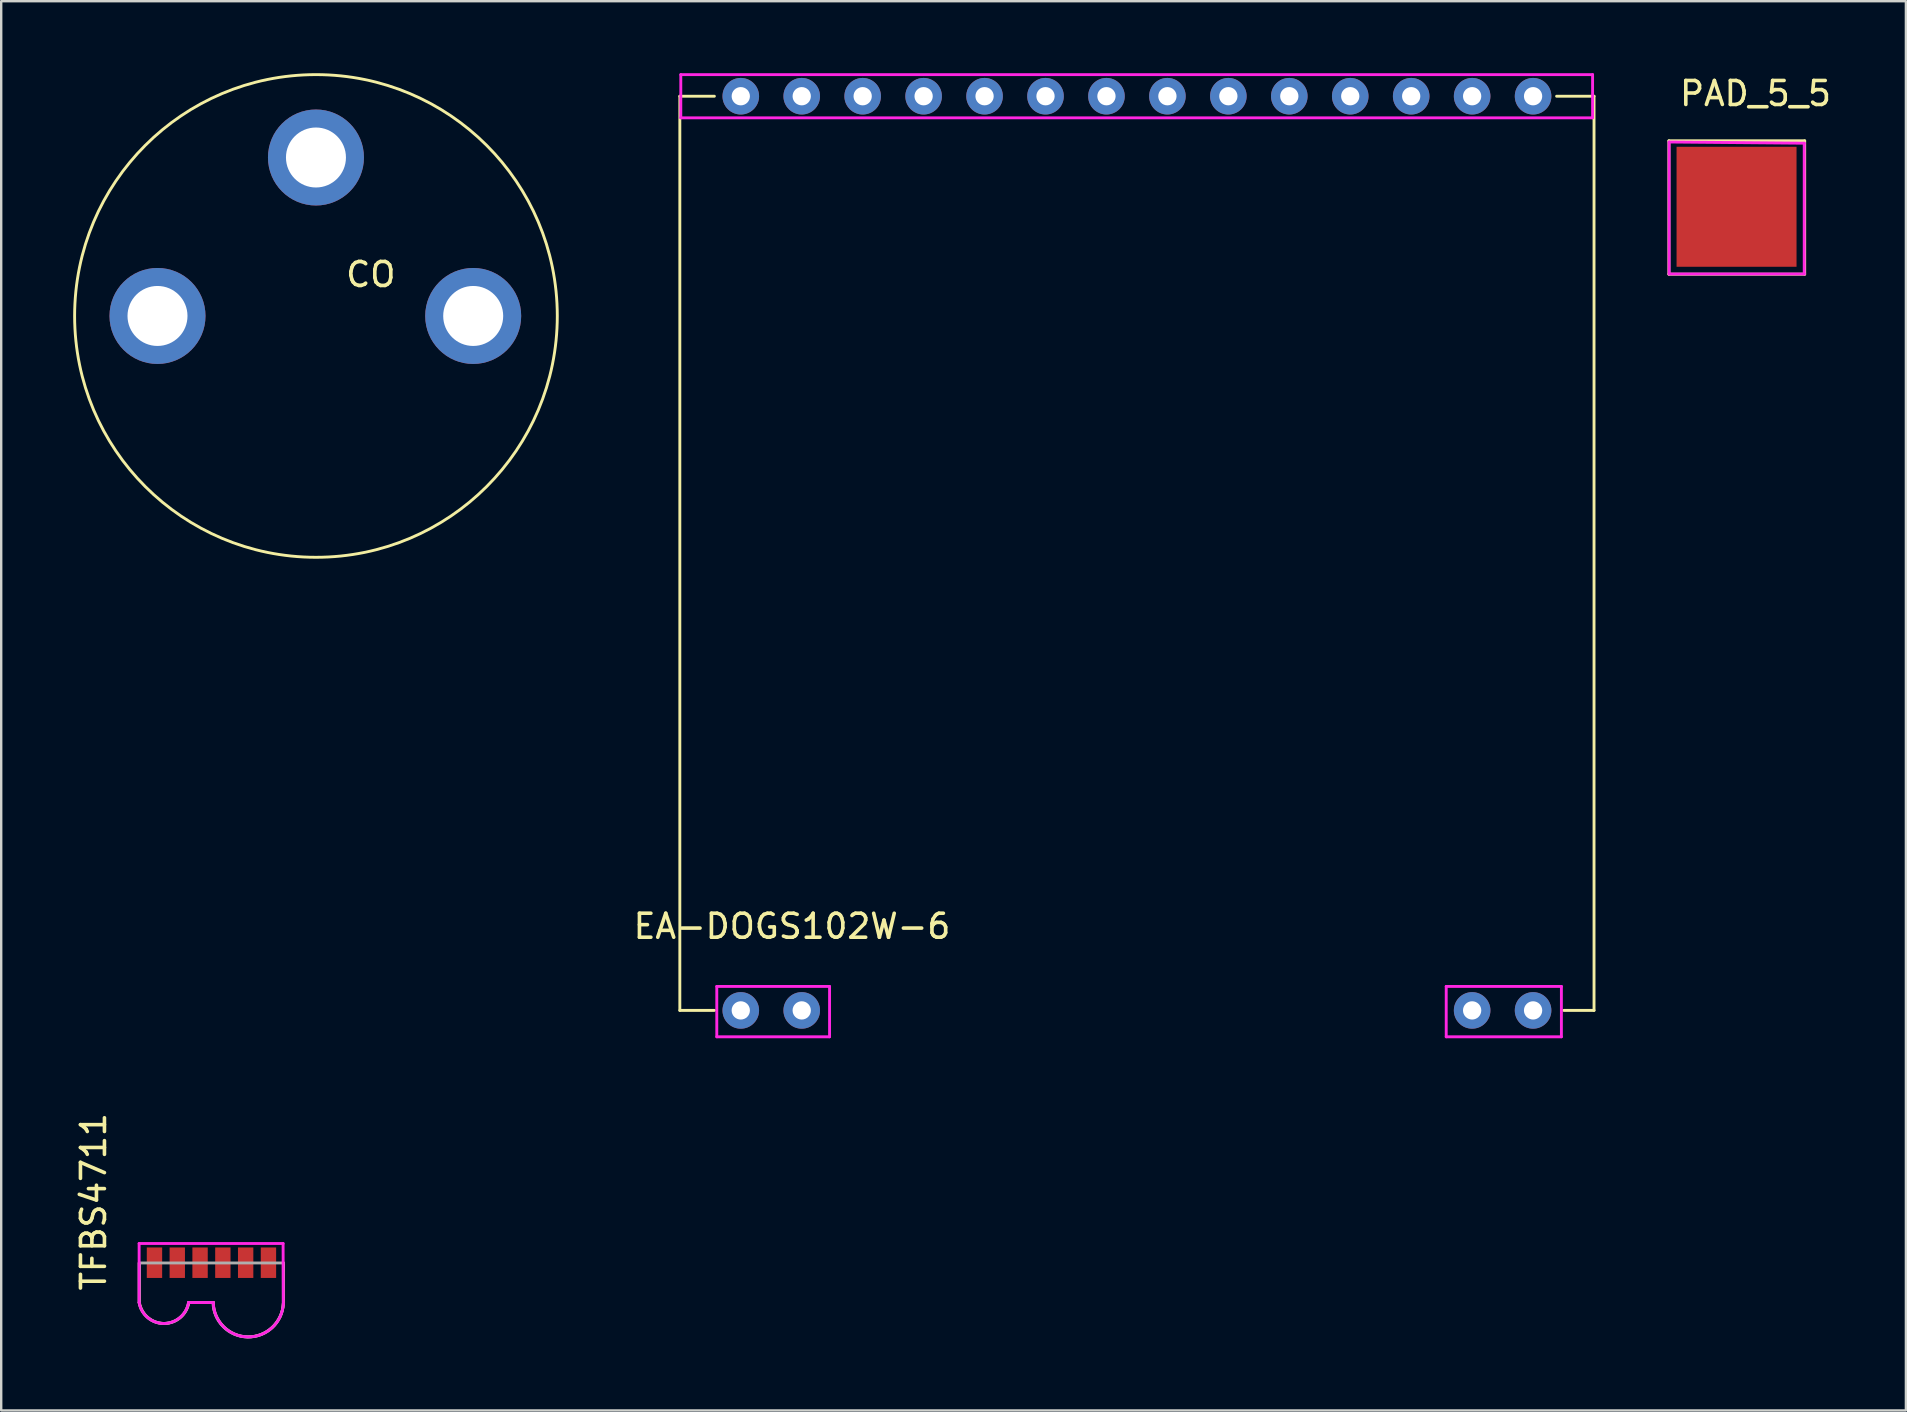
<source format=kicad_pcb>
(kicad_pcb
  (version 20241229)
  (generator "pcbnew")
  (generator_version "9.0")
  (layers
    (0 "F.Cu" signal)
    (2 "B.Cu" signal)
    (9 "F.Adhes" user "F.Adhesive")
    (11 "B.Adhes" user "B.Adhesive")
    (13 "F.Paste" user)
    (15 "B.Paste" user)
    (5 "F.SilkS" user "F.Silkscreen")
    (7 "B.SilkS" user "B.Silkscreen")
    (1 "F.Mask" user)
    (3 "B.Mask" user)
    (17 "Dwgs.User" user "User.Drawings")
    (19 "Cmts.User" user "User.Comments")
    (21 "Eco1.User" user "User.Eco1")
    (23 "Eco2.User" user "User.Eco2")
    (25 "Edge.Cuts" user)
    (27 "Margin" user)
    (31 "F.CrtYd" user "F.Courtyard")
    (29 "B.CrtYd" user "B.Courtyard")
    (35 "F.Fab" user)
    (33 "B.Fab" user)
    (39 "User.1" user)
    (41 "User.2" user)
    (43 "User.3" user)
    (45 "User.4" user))
  (footprint "TFBS4711"
    (layer "F.Cu")
    (at 3.388 49.575)
    (property "Reference" "TFBS4711" (at -2.54 -2.54 90) (unlocked yes) (layer "F.SilkS") (effects (font (size 1 1) (thickness 0.15))))
    (fp_line (start -0.63 0.01) (end -0.63 1.66) (stroke (width 0.12) (type solid)) (layer "F.SilkS"))
    (fp_line (start 1.43 1.66) (end 2.46 1.66) (stroke (width 0.12) (type solid)) (layer "F.SilkS"))
    (fp_line (start 5.38 0.01) (end 5.38 1.72) (stroke (width 0.12) (type solid)) (layer "F.SilkS"))
    (fp_arc (start 1.43 1.66) (mid 0.399447 2.532312) (end -0.629729 1.658377) (stroke (width 0.12) (type solid)) (layer "F.SilkS"))
    (fp_arc (start 5.368715 1.698165) (mid 3.890906 3.090182) (end 2.450001 1.659999) (stroke (width 0.12) (type solid)) (layer "F.SilkS"))
    (fp_line (start -0.64 -0.8) (end -0.64 1.66) (stroke (width 0.12) (type solid)) (layer "F.CrtYd"))
    (fp_line (start -0.64 -0.8) (end 5.36 -0.8) (stroke (width 0.12) (type solid)) (layer "F.CrtYd"))
    (fp_line (start 1.42 1.66) (end 2.45 1.66) (stroke (width 0.12) (type solid)) (layer "F.CrtYd"))
    (fp_line (start 5.36 -0.8) (end 5.37 1.72) (stroke (width 0.12) (type solid)) (layer "F.CrtYd"))
    (fp_arc (start 1.42 1.66) (mid 0.389447 2.532306) (end -0.639729 1.658377) (stroke (width 0.12) (type solid)) (layer "F.CrtYd"))
    (fp_arc (start 5.37 1.72) (mid 3.881204 3.091402) (end 2.45 1.66) (stroke (width 0.12) (type solid)) (layer "F.CrtYd"))
    (fp_line (start -0.64 0.01) (end -0.64 1.66) (stroke (width 0.12) (type solid)) (layer "F.Fab"))
    (fp_line (start -0.63 0.01) (end 5.37 0.01) (stroke (width 0.12) (type solid)) (layer "F.Fab"))
    (fp_line (start 1.42 1.66) (end 2.45 1.66) (stroke (width 0.12) (type solid)) (layer "F.Fab"))
    (fp_line (start 5.37 0.01) (end 5.37 1.72) (stroke (width 0.12) (type solid)) (layer "F.Fab"))
    (fp_arc (start 1.420103 1.659382) (mid 0.389761 2.532312) (end -0.639729 1.658377) (stroke (width 0.12) (type solid)) (layer "F.Fab"))
    (fp_arc (start 5.369998 1.72) (mid 3.876205 3.096104) (end 2.440001 1.659999) (stroke (width 0.12) (type solid)) (layer "F.Fab"))
    (pad "1" smd rect (at 0 0 90) (size 1.27 0.64) (layers "F.Cu" "F.Mask" "F.Paste"))
    (pad "2" smd rect (at 0.95 0 90) (size 1.27 0.64) (layers "F.Cu" "F.Mask" "F.Paste"))
    (pad "3" smd rect (at 1.9 0 90) (size 1.27 0.64) (layers "F.Cu" "F.Mask" "F.Paste"))
    (pad "4" smd rect (at 2.85 0 90) (size 1.27 0.64) (layers "F.Cu" "F.Mask" "F.Paste"))
    (pad "5" smd rect (at 3.8 0 90) (size 1.27 0.64) (layers "F.Cu" "F.Mask" "F.Paste"))
    (pad "6" smd rect (at 4.75 0 90) (size 1.27 0.64) (layers "F.Cu" "F.Mask" "F.Paste")))
  (footprint "EA-DOGS102W-6"
    (layer "F.Cu")
    (at 27.823 39.06)
    (property "Reference" "EA-DOGS102W-6" (at 2.134 -3.505 0) (unlocked yes) (layer "F.SilkS") (effects (font (size 1 1) (thickness 0.15))))
    (attr through_hole)
    (fp_line (start -2.54 -38.1) (end -1.1 -38.1) (stroke (width 0.12) (type solid)) (layer "F.SilkS"))
    (fp_line (start -2.54 0) (end -2.54 -38.1) (stroke (width 0.12) (type solid)) (layer "F.SilkS"))
    (fp_line (start -2.54 0) (end -1.1 0) (stroke (width 0.12) (type solid)) (layer "F.SilkS"))
    (fp_line (start 34 -38.1) (end 35.56 -38.1) (stroke (width 0.12) (type solid)) (layer "F.SilkS"))
    (fp_line (start 35.56 -38.1) (end 35.56 0) (stroke (width 0.12) (type solid)) (layer "F.SilkS"))
    (fp_line (start 35.56 0) (end 34.3 0) (stroke (width 0.12) (type solid)) (layer "F.SilkS"))
    (fp_line (start -2.5 -39) (end 35.5 -39) (stroke (width 0.12) (type solid)) (layer "F.CrtYd"))
    (fp_line (start -2.5 -37.2) (end -2.5 -39) (stroke (width 0.12) (type solid)) (layer "F.CrtYd"))
    (fp_line (start -1 -1) (end -1 1.1) (stroke (width 0.12) (type solid)) (layer "F.CrtYd"))
    (fp_line (start -1 1.1) (end 3.7 1.1) (stroke (width 0.12) (type solid)) (layer "F.CrtYd"))
    (fp_line (start 3.7 -1) (end -1 -1) (stroke (width 0.12) (type solid)) (layer "F.CrtYd"))
    (fp_line (start 3.7 1.1) (end 3.7 -1) (stroke (width 0.12) (type solid)) (layer "F.CrtYd"))
    (fp_line (start 29.4 -1) (end 29.4 1.1) (stroke (width 0.12) (type solid)) (layer "F.CrtYd"))
    (fp_line (start 29.4 1.1) (end 34.2 1.1) (stroke (width 0.12) (type solid)) (layer "F.CrtYd"))
    (fp_line (start 34.2 -1) (end 29.4 -1) (stroke (width 0.12) (type solid)) (layer "F.CrtYd"))
    (fp_line (start 34.2 1.1) (end 34.2 -1) (stroke (width 0.12) (type solid)) (layer "F.CrtYd"))
    (fp_line (start 35.5 -39) (end 35.5 -37.2) (stroke (width 0.12) (type solid)) (layer "F.CrtYd"))
    (fp_line (start 35.5 -37.2) (end -2.5 -37.2) (stroke (width 0.12) (type solid)) (layer "F.CrtYd"))
    (pad "1" thru_hole circle (at 0 0) (size 1.524 1.524) (drill 0.762) (layers "*.Cu" "*.Mask"))
    (pad "2" thru_hole circle (at 2.54 0) (size 1.524 1.524) (drill 0.762) (layers "*.Cu" "*.Mask"))
    (pad "13" thru_hole circle (at 30.48 0) (size 1.524 1.524) (drill 0.762) (layers "*.Cu" "*.Mask"))
    (pad "14" thru_hole circle (at 33.02 0) (size 1.524 1.524) (drill 0.762) (layers "*.Cu" "*.Mask"))
    (pad "15" thru_hole circle (at 33.02 -38.1) (size 1.524 1.524) (drill 0.762) (layers "*.Cu" "*.Mask"))
    (pad "16" thru_hole circle (at 30.48 -38.1) (size 1.524 1.524) (drill 0.762) (layers "*.Cu" "*.Mask"))
    (pad "17" thru_hole circle (at 27.94 -38.1) (size 1.524 1.524) (drill 0.762) (layers "*.Cu" "*.Mask"))
    (pad "18" thru_hole circle (at 25.4 -38.1) (size 1.524 1.524) (drill 0.762) (layers "*.Cu" "*.Mask"))
    (pad "19" thru_hole circle (at 22.86 -38.1) (size 1.524 1.524) (drill 0.762) (layers "*.Cu" "*.Mask"))
    (pad "20" thru_hole circle (at 20.32 -38.1) (size 1.524 1.524) (drill 0.762) (layers "*.Cu" "*.Mask"))
    (pad "21" thru_hole circle (at 17.78 -38.1) (size 1.524 1.524) (drill 0.762) (layers "*.Cu" "*.Mask"))
    (pad "22" thru_hole circle (at 15.24 -38.1) (size 1.524 1.524) (drill 0.762) (layers "*.Cu" "*.Mask"))
    (pad "23" thru_hole circle (at 12.7 -38.1) (size 1.524 1.524) (drill 0.762) (layers "*.Cu" "*.Mask"))
    (pad "24" thru_hole circle (at 10.16 -38.1) (size 1.524 1.524) (drill 0.762) (layers "*.Cu" "*.Mask"))
    (pad "25" thru_hole circle (at 7.62 -38.1) (size 1.524 1.524) (drill 0.762) (layers "*.Cu" "*.Mask"))
    (pad "26" thru_hole circle (at 5.08 -38.1) (size 1.524 1.524) (drill 0.762) (layers "*.Cu" "*.Mask"))
    (pad "27" thru_hole circle (at 2.54 -38.1) (size 1.524 1.524) (drill 0.762) (layers "*.Cu" "*.Mask"))
    (pad "28" thru_hole circle (at 0 -38.1) (size 1.524 1.524) (drill 0.762) (layers "*.Cu" "*.Mask")))
  (footprint "CO"
    (layer "F.Cu")
    (at 10.118 10.118)
    (property "Reference" "CO" (at 2.286 -1.727 0) (unlocked yes) (layer "F.SilkS") (effects (font (size 1 1) (thickness 0.15))))
    (attr through_hole)
    (fp_circle (center 0 0) (end 10.058 0) (stroke (width 0.12) (type solid)) (fill no) (layer "F.SilkS"))
    (pad "1" thru_hole circle (at -6.604 0) (size 4 4) (drill 2.5) (layers "*.Cu" "*.Mask"))
    (pad "2" thru_hole circle (at 0 -6.604) (size 4 4) (drill 2.5) (layers "*.Cu" "*.Mask"))
    (pad "3" thru_hole circle (at 6.553 0) (size 4 4) (drill 2.5) (layers "*.Cu" "*.Mask")))
  (footprint "PAD_5_5"
    (layer "F.Cu")
    (at 69.243 3.018)
    (property "Reference" "PAD_5_5" (at 0.87 -2.17 0) (unlocked yes) (layer "F.SilkS") (effects (font (size 1 1) (thickness 0.15))))
    (fp_line (start -2.74 -0.2) (end 2.92 -0.2) (stroke (width 0.12) (type solid)) (layer "F.SilkS"))
    (fp_line (start -2.74 5.36) (end -2.74 -0.2) (stroke (width 0.12) (type solid)) (layer "F.SilkS"))
    (fp_line (start 2.92 -0.2) (end 2.92 5.36) (stroke (width 0.12) (type solid)) (layer "F.SilkS"))
    (fp_line (start 2.92 5.36) (end -2.74 5.36) (stroke (width 0.12) (type solid)) (layer "F.SilkS"))
    (fp_line (start -2.73 -0.15) (end 2.9 -0.1) (stroke (width 0.12) (type solid)) (layer "F.CrtYd"))
    (fp_line (start -2.73 5.35) (end -2.73 -0.15) (stroke (width 0.12) (type solid)) (layer "F.CrtYd"))
    (fp_line (start 2.9 -0.1) (end 2.9 5.35) (stroke (width 0.12) (type solid)) (layer "F.CrtYd"))
    (fp_line (start 2.9 5.35) (end -2.73 5.35) (stroke (width 0.12) (type solid)) (layer "F.CrtYd"))
    (pad "1" smd rect (at 0.08 2.55) (size 5 5) (layers "F.Cu" "F.Mask" "F.Paste")))
  (gr_rect
    (start -3 -3)
    (end 76.381 55.732)
    (stroke (width 0.1) (type default))
    (fill no)
    (layer "Edge.Cuts")))
</source>
